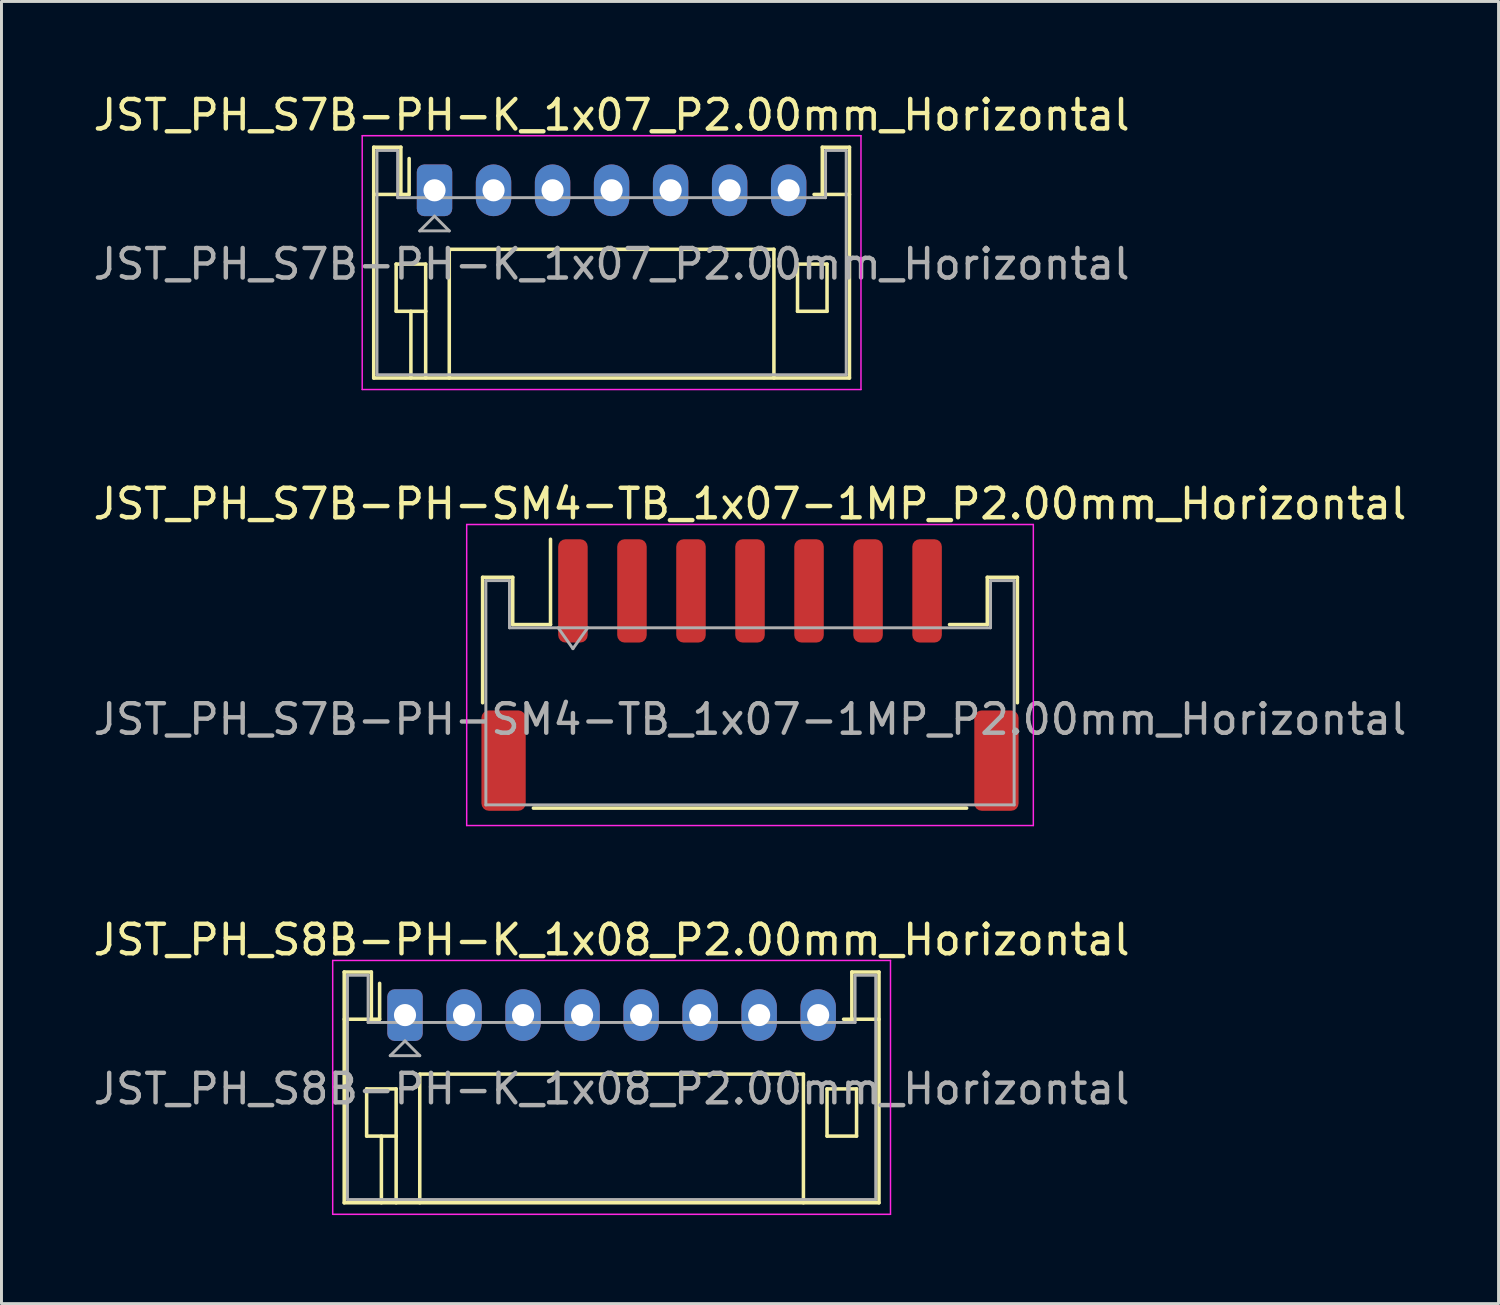
<source format=kicad_pcb>
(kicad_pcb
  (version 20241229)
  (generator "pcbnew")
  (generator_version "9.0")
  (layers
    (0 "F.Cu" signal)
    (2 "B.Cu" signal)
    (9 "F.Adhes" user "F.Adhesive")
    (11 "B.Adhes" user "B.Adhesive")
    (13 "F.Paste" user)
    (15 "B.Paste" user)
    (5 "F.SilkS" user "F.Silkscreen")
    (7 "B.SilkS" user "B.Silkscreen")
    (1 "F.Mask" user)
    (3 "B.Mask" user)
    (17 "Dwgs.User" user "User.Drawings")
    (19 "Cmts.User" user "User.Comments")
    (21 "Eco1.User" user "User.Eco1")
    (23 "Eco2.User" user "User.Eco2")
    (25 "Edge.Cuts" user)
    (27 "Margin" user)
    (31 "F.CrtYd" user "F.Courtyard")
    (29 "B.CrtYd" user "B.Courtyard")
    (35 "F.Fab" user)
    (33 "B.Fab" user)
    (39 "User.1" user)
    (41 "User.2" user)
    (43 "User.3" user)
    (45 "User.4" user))
  (footprint "JST_PH_S8B-PH-K_1x08_P2.00mm_Horizontal"
    (layer "F.Cu")
    (at 10.673 31.345)
    (property "Reference" "JST_PH_S8B-PH-K_1x08_P2.00mm_Horizontal" (at 7 -2.55 0) (layer "F.SilkS") (effects (font (size 1 1) (thickness 0.15))))
    (attr through_hole)
    (fp_line (start -2.06 -1.46) (end -2.06 6.36) (stroke (width 0.12) (type solid)) (layer "F.SilkS"))
    (fp_line (start -2.06 0.14) (end -1.14 0.14) (stroke (width 0.12) (type solid)) (layer "F.SilkS"))
    (fp_line (start -2.06 6.36) (end 16.06 6.36) (stroke (width 0.12) (type solid)) (layer "F.SilkS"))
    (fp_line (start -1.3 2.5) (end -1.3 4.1) (stroke (width 0.12) (type solid)) (layer "F.SilkS"))
    (fp_line (start -1.3 4.1) (end -0.3 4.1) (stroke (width 0.12) (type solid)) (layer "F.SilkS"))
    (fp_line (start -1.14 -1.46) (end -2.06 -1.46) (stroke (width 0.12) (type solid)) (layer "F.SilkS"))
    (fp_line (start -1.14 0.14) (end -1.14 -1.46) (stroke (width 0.12) (type solid)) (layer "F.SilkS"))
    (fp_line (start -0.86 0.14) (end -1.14 0.14) (stroke (width 0.12) (type solid)) (layer "F.SilkS"))
    (fp_line (start -0.86 0.14) (end -0.86 -1.075) (stroke (width 0.12) (type solid)) (layer "F.SilkS"))
    (fp_line (start -0.8 4.1) (end -0.8 6.36) (stroke (width 0.12) (type solid)) (layer "F.SilkS"))
    (fp_line (start -0.3 2.5) (end -1.3 2.5) (stroke (width 0.12) (type solid)) (layer "F.SilkS"))
    (fp_line (start -0.3 4.1) (end -0.3 2.5) (stroke (width 0.12) (type solid)) (layer "F.SilkS"))
    (fp_line (start -0.3 4.1) (end -0.3 6.36) (stroke (width 0.12) (type solid)) (layer "F.SilkS"))
    (fp_line (start 0.5 2) (end 13.5 2) (stroke (width 0.12) (type solid)) (layer "F.SilkS"))
    (fp_line (start 0.5 6.36) (end 0.5 2) (stroke (width 0.12) (type solid)) (layer "F.SilkS"))
    (fp_line (start 13.5 2) (end 13.5 6.36) (stroke (width 0.12) (type solid)) (layer "F.SilkS"))
    (fp_line (start 14.3 2.5) (end 15.3 2.5) (stroke (width 0.12) (type solid)) (layer "F.SilkS"))
    (fp_line (start 14.3 4.1) (end 14.3 2.5) (stroke (width 0.12) (type solid)) (layer "F.SilkS"))
    (fp_line (start 15.14 -1.46) (end 15.14 0.14) (stroke (width 0.12) (type solid)) (layer "F.SilkS"))
    (fp_line (start 15.14 0.14) (end 14.86 0.14) (stroke (width 0.12) (type solid)) (layer "F.SilkS"))
    (fp_line (start 15.3 2.5) (end 15.3 4.1) (stroke (width 0.12) (type solid)) (layer "F.SilkS"))
    (fp_line (start 15.3 4.1) (end 14.3 4.1) (stroke (width 0.12) (type solid)) (layer "F.SilkS"))
    (fp_line (start 16.06 -1.46) (end 15.14 -1.46) (stroke (width 0.12) (type solid)) (layer "F.SilkS"))
    (fp_line (start 16.06 0.14) (end 15.14 0.14) (stroke (width 0.12) (type solid)) (layer "F.SilkS"))
    (fp_line (start 16.06 6.36) (end 16.06 -1.46) (stroke (width 0.12) (type solid)) (layer "F.SilkS"))
    (fp_line (start -2.45 -1.85) (end -2.45 6.75) (stroke (width 0.05) (type solid)) (layer "F.CrtYd"))
    (fp_line (start -2.45 6.75) (end 16.45 6.75) (stroke (width 0.05) (type solid)) (layer "F.CrtYd"))
    (fp_line (start 16.45 -1.85) (end -2.45 -1.85) (stroke (width 0.05) (type solid)) (layer "F.CrtYd"))
    (fp_line (start 16.45 6.75) (end 16.45 -1.85) (stroke (width 0.05) (type solid)) (layer "F.CrtYd"))
    (fp_line (start -1.95 -1.35) (end -1.95 6.25) (stroke (width 0.1) (type solid)) (layer "F.Fab"))
    (fp_line (start -1.95 6.25) (end 15.95 6.25) (stroke (width 0.1) (type solid)) (layer "F.Fab"))
    (fp_line (start -1.25 -1.35) (end -1.95 -1.35) (stroke (width 0.1) (type solid)) (layer "F.Fab"))
    (fp_line (start -1.25 0.25) (end -1.25 -1.35) (stroke (width 0.1) (type solid)) (layer "F.Fab"))
    (fp_line (start -0.5 1.375) (end 0.5 1.375) (stroke (width 0.1) (type solid)) (layer "F.Fab"))
    (fp_line (start 0 0.875) (end -0.5 1.375) (stroke (width 0.1) (type solid)) (layer "F.Fab"))
    (fp_line (start 0.5 1.375) (end 0 0.875) (stroke (width 0.1) (type solid)) (layer "F.Fab"))
    (fp_line (start 15.25 -1.35) (end 15.25 0.25) (stroke (width 0.1) (type solid)) (layer "F.Fab"))
    (fp_line (start 15.25 0.25) (end -1.25 0.25) (stroke (width 0.1) (type solid)) (layer "F.Fab"))
    (fp_line (start 15.95 -1.35) (end 15.25 -1.35) (stroke (width 0.1) (type solid)) (layer "F.Fab"))
    (fp_line (start 15.95 6.25) (end 15.95 -1.35) (stroke (width 0.1) (type solid)) (layer "F.Fab"))
    (fp_text user "${REFERENCE}" (at 7 2.5 0) (layer "F.Fab") (effects (font (size 1 1) (thickness 0.15))))
    (pad "1" thru_hole roundrect (at 0 0) (size 1.2 1.75) (drill 0.75) (layers "*.Cu" "*.Mask") (roundrect_rratio 0.208))
    (pad "2" thru_hole oval (at 2 0) (size 1.2 1.75) (drill 0.75) (layers "*.Cu" "*.Mask"))
    (pad "3" thru_hole oval (at 4 0) (size 1.2 1.75) (drill 0.75) (layers "*.Cu" "*.Mask"))
    (pad "4" thru_hole oval (at 6 0) (size 1.2 1.75) (drill 0.75) (layers "*.Cu" "*.Mask"))
    (pad "5" thru_hole oval (at 8 0) (size 1.2 1.75) (drill 0.75) (layers "*.Cu" "*.Mask"))
    (pad "6" thru_hole oval (at 10 0) (size 1.2 1.75) (drill 0.75) (layers "*.Cu" "*.Mask"))
    (pad "7" thru_hole oval (at 12 0) (size 1.2 1.75) (drill 0.75) (layers "*.Cu" "*.Mask"))
    (pad "8" thru_hole oval (at 14 0) (size 1.2 1.75) (drill 0.75) (layers "*.Cu" "*.Mask")))
  (footprint "JST_PH_S7B-PH-SM4-TB_1x07-1MP_P2.00mm_Horizontal"
    (layer "F.Cu")
    (at 22.363 19.822)
    (property "Reference" "JST_PH_S7B-PH-SM4-TB_1x07-1MP_P2.00mm_Horizontal" (at 0 -5.8 0) (layer "F.SilkS") (effects (font (size 1 1) (thickness 0.15))))
    (attr smd)
    (fp_line (start -9.06 -3.31) (end -8.04 -3.31) (stroke (width 0.12) (type solid)) (layer "F.SilkS"))
    (fp_line (start -9.06 0.94) (end -9.06 -3.31) (stroke (width 0.12) (type solid)) (layer "F.SilkS"))
    (fp_line (start -8.04 -3.31) (end -8.04 -1.71) (stroke (width 0.12) (type solid)) (layer "F.SilkS"))
    (fp_line (start -8.04 -1.71) (end -6.76 -1.71) (stroke (width 0.12) (type solid)) (layer "F.SilkS"))
    (fp_line (start -7.34 4.51) (end 7.34 4.51) (stroke (width 0.12) (type solid)) (layer "F.SilkS"))
    (fp_line (start -6.76 -1.71) (end -6.76 -4.6) (stroke (width 0.12) (type solid)) (layer "F.SilkS"))
    (fp_line (start 8.04 -3.31) (end 8.04 -1.71) (stroke (width 0.12) (type solid)) (layer "F.SilkS"))
    (fp_line (start 8.04 -1.71) (end 6.76 -1.71) (stroke (width 0.12) (type solid)) (layer "F.SilkS"))
    (fp_line (start 9.06 -3.31) (end 8.04 -3.31) (stroke (width 0.12) (type solid)) (layer "F.SilkS"))
    (fp_line (start 9.06 0.94) (end 9.06 -3.31) (stroke (width 0.12) (type solid)) (layer "F.SilkS"))
    (fp_line (start -9.6 -5.1) (end -9.6 5.1) (stroke (width 0.05) (type solid)) (layer "F.CrtYd"))
    (fp_line (start -9.6 5.1) (end 9.6 5.1) (stroke (width 0.05) (type solid)) (layer "F.CrtYd"))
    (fp_line (start 9.6 -5.1) (end -9.6 -5.1) (stroke (width 0.05) (type solid)) (layer "F.CrtYd"))
    (fp_line (start 9.6 5.1) (end 9.6 -5.1) (stroke (width 0.05) (type solid)) (layer "F.CrtYd"))
    (fp_line (start -8.95 -3.2) (end -8.95 4.4) (stroke (width 0.1) (type solid)) (layer "F.Fab"))
    (fp_line (start -8.95 -3.2) (end -8.15 -3.2) (stroke (width 0.1) (type solid)) (layer "F.Fab"))
    (fp_line (start -8.95 4.4) (end 8.95 4.4) (stroke (width 0.1) (type solid)) (layer "F.Fab"))
    (fp_line (start -8.15 -3.2) (end -8.15 -1.6) (stroke (width 0.1) (type solid)) (layer "F.Fab"))
    (fp_line (start -8.15 -1.6) (end 8.15 -1.6) (stroke (width 0.1) (type solid)) (layer "F.Fab"))
    (fp_line (start -6.5 -1.6) (end -6 -0.893) (stroke (width 0.1) (type solid)) (layer "F.Fab"))
    (fp_line (start -6 -0.893) (end -5.5 -1.6) (stroke (width 0.1) (type solid)) (layer "F.Fab"))
    (fp_line (start 8.15 -3.2) (end 8.95 -3.2) (stroke (width 0.1) (type solid)) (layer "F.Fab"))
    (fp_line (start 8.15 -1.6) (end 8.15 -3.2) (stroke (width 0.1) (type solid)) (layer "F.Fab"))
    (fp_line (start 8.95 -3.2) (end 8.95 4.4) (stroke (width 0.1) (type solid)) (layer "F.Fab"))
    (fp_text user "${REFERENCE}" (at 0 1.5 0) (layer "F.Fab") (effects (font (size 1 1) (thickness 0.15))))
    (pad "1" smd roundrect (at -6 -2.85) (size 1 3.5) (layers "F.Cu" "F.Mask" "F.Paste") (roundrect_rratio 0.25))
    (pad "2" smd roundrect (at -4 -2.85) (size 1 3.5) (layers "F.Cu" "F.Mask" "F.Paste") (roundrect_rratio 0.25))
    (pad "3" smd roundrect (at -2 -2.85) (size 1 3.5) (layers "F.Cu" "F.Mask" "F.Paste") (roundrect_rratio 0.25))
    (pad "4" smd roundrect (at 0 -2.85) (size 1 3.5) (layers "F.Cu" "F.Mask" "F.Paste") (roundrect_rratio 0.25))
    (pad "5" smd roundrect (at 2 -2.85) (size 1 3.5) (layers "F.Cu" "F.Mask" "F.Paste") (roundrect_rratio 0.25))
    (pad "6" smd roundrect (at 4 -2.85) (size 1 3.5) (layers "F.Cu" "F.Mask" "F.Paste") (roundrect_rratio 0.25))
    (pad "7" smd roundrect (at 6 -2.85) (size 1 3.5) (layers "F.Cu" "F.Mask" "F.Paste") (roundrect_rratio 0.25))
    (pad "MP" smd roundrect (at -8.35 2.9) (size 1.5 3.4) (layers "F.Cu" "F.Mask" "F.Paste") (roundrect_rratio 0.167))
    (pad "MP" smd roundrect (at 8.35 2.9) (size 1.5 3.4) (layers "F.Cu" "F.Mask" "F.Paste") (roundrect_rratio 0.167)))
  (footprint "JST_PH_S7B-PH-K_1x07_P2.00mm_Horizontal"
    (layer "F.Cu")
    (at 11.673 3.398)
    (property "Reference" "JST_PH_S7B-PH-K_1x07_P2.00mm_Horizontal" (at 6 -2.55 0) (layer "F.SilkS") (effects (font (size 1 1) (thickness 0.15))))
    (attr through_hole)
    (fp_line (start -2.06 -1.46) (end -2.06 6.36) (stroke (width 0.12) (type solid)) (layer "F.SilkS"))
    (fp_line (start -2.06 0.14) (end -1.14 0.14) (stroke (width 0.12) (type solid)) (layer "F.SilkS"))
    (fp_line (start -2.06 6.36) (end 14.06 6.36) (stroke (width 0.12) (type solid)) (layer "F.SilkS"))
    (fp_line (start -1.3 2.5) (end -1.3 4.1) (stroke (width 0.12) (type solid)) (layer "F.SilkS"))
    (fp_line (start -1.3 4.1) (end -0.3 4.1) (stroke (width 0.12) (type solid)) (layer "F.SilkS"))
    (fp_line (start -1.14 -1.46) (end -2.06 -1.46) (stroke (width 0.12) (type solid)) (layer "F.SilkS"))
    (fp_line (start -1.14 0.14) (end -1.14 -1.46) (stroke (width 0.12) (type solid)) (layer "F.SilkS"))
    (fp_line (start -0.86 0.14) (end -1.14 0.14) (stroke (width 0.12) (type solid)) (layer "F.SilkS"))
    (fp_line (start -0.86 0.14) (end -0.86 -1.075) (stroke (width 0.12) (type solid)) (layer "F.SilkS"))
    (fp_line (start -0.8 4.1) (end -0.8 6.36) (stroke (width 0.12) (type solid)) (layer "F.SilkS"))
    (fp_line (start -0.3 2.5) (end -1.3 2.5) (stroke (width 0.12) (type solid)) (layer "F.SilkS"))
    (fp_line (start -0.3 4.1) (end -0.3 2.5) (stroke (width 0.12) (type solid)) (layer "F.SilkS"))
    (fp_line (start -0.3 4.1) (end -0.3 6.36) (stroke (width 0.12) (type solid)) (layer "F.SilkS"))
    (fp_line (start 0.5 2) (end 11.5 2) (stroke (width 0.12) (type solid)) (layer "F.SilkS"))
    (fp_line (start 0.5 6.36) (end 0.5 2) (stroke (width 0.12) (type solid)) (layer "F.SilkS"))
    (fp_line (start 11.5 2) (end 11.5 6.36) (stroke (width 0.12) (type solid)) (layer "F.SilkS"))
    (fp_line (start 12.3 2.5) (end 13.3 2.5) (stroke (width 0.12) (type solid)) (layer "F.SilkS"))
    (fp_line (start 12.3 4.1) (end 12.3 2.5) (stroke (width 0.12) (type solid)) (layer "F.SilkS"))
    (fp_line (start 13.14 -1.46) (end 13.14 0.14) (stroke (width 0.12) (type solid)) (layer "F.SilkS"))
    (fp_line (start 13.14 0.14) (end 12.86 0.14) (stroke (width 0.12) (type solid)) (layer "F.SilkS"))
    (fp_line (start 13.3 2.5) (end 13.3 4.1) (stroke (width 0.12) (type solid)) (layer "F.SilkS"))
    (fp_line (start 13.3 4.1) (end 12.3 4.1) (stroke (width 0.12) (type solid)) (layer "F.SilkS"))
    (fp_line (start 14.06 -1.46) (end 13.14 -1.46) (stroke (width 0.12) (type solid)) (layer "F.SilkS"))
    (fp_line (start 14.06 0.14) (end 13.14 0.14) (stroke (width 0.12) (type solid)) (layer "F.SilkS"))
    (fp_line (start 14.06 6.36) (end 14.06 -1.46) (stroke (width 0.12) (type solid)) (layer "F.SilkS"))
    (fp_line (start -2.45 -1.85) (end -2.45 6.75) (stroke (width 0.05) (type solid)) (layer "F.CrtYd"))
    (fp_line (start -2.45 6.75) (end 14.45 6.75) (stroke (width 0.05) (type solid)) (layer "F.CrtYd"))
    (fp_line (start 14.45 -1.85) (end -2.45 -1.85) (stroke (width 0.05) (type solid)) (layer "F.CrtYd"))
    (fp_line (start 14.45 6.75) (end 14.45 -1.85) (stroke (width 0.05) (type solid)) (layer "F.CrtYd"))
    (fp_line (start -1.95 -1.35) (end -1.95 6.25) (stroke (width 0.1) (type solid)) (layer "F.Fab"))
    (fp_line (start -1.95 6.25) (end 13.95 6.25) (stroke (width 0.1) (type solid)) (layer "F.Fab"))
    (fp_line (start -1.25 -1.35) (end -1.95 -1.35) (stroke (width 0.1) (type solid)) (layer "F.Fab"))
    (fp_line (start -1.25 0.25) (end -1.25 -1.35) (stroke (width 0.1) (type solid)) (layer "F.Fab"))
    (fp_line (start -0.5 1.375) (end 0.5 1.375) (stroke (width 0.1) (type solid)) (layer "F.Fab"))
    (fp_line (start 0 0.875) (end -0.5 1.375) (stroke (width 0.1) (type solid)) (layer "F.Fab"))
    (fp_line (start 0.5 1.375) (end 0 0.875) (stroke (width 0.1) (type solid)) (layer "F.Fab"))
    (fp_line (start 13.25 -1.35) (end 13.25 0.25) (stroke (width 0.1) (type solid)) (layer "F.Fab"))
    (fp_line (start 13.25 0.25) (end -1.25 0.25) (stroke (width 0.1) (type solid)) (layer "F.Fab"))
    (fp_line (start 13.95 -1.35) (end 13.25 -1.35) (stroke (width 0.1) (type solid)) (layer "F.Fab"))
    (fp_line (start 13.95 6.25) (end 13.95 -1.35) (stroke (width 0.1) (type solid)) (layer "F.Fab"))
    (fp_text user "${REFERENCE}" (at 6 2.5 0) (layer "F.Fab") (effects (font (size 1 1) (thickness 0.15))))
    (pad "1" thru_hole roundrect (at 0 0) (size 1.2 1.75) (drill 0.75) (layers "*.Cu" "*.Mask") (roundrect_rratio 0.208))
    (pad "2" thru_hole oval (at 2 0) (size 1.2 1.75) (drill 0.75) (layers "*.Cu" "*.Mask"))
    (pad "3" thru_hole oval (at 4 0) (size 1.2 1.75) (drill 0.75) (layers "*.Cu" "*.Mask"))
    (pad "4" thru_hole oval (at 6 0) (size 1.2 1.75) (drill 0.75) (layers "*.Cu" "*.Mask"))
    (pad "5" thru_hole oval (at 8 0) (size 1.2 1.75) (drill 0.75) (layers "*.Cu" "*.Mask"))
    (pad "6" thru_hole oval (at 10 0) (size 1.2 1.75) (drill 0.75) (layers "*.Cu" "*.Mask"))
    (pad "7" thru_hole oval (at 12 0) (size 1.2 1.75) (drill 0.75) (layers "*.Cu" "*.Mask")))
  (gr_rect
    (start -3 -3)
    (end 47.726 41.12)
    (stroke (width 0.1) (type default))
    (fill no)
    (layer "Edge.Cuts")))
</source>
